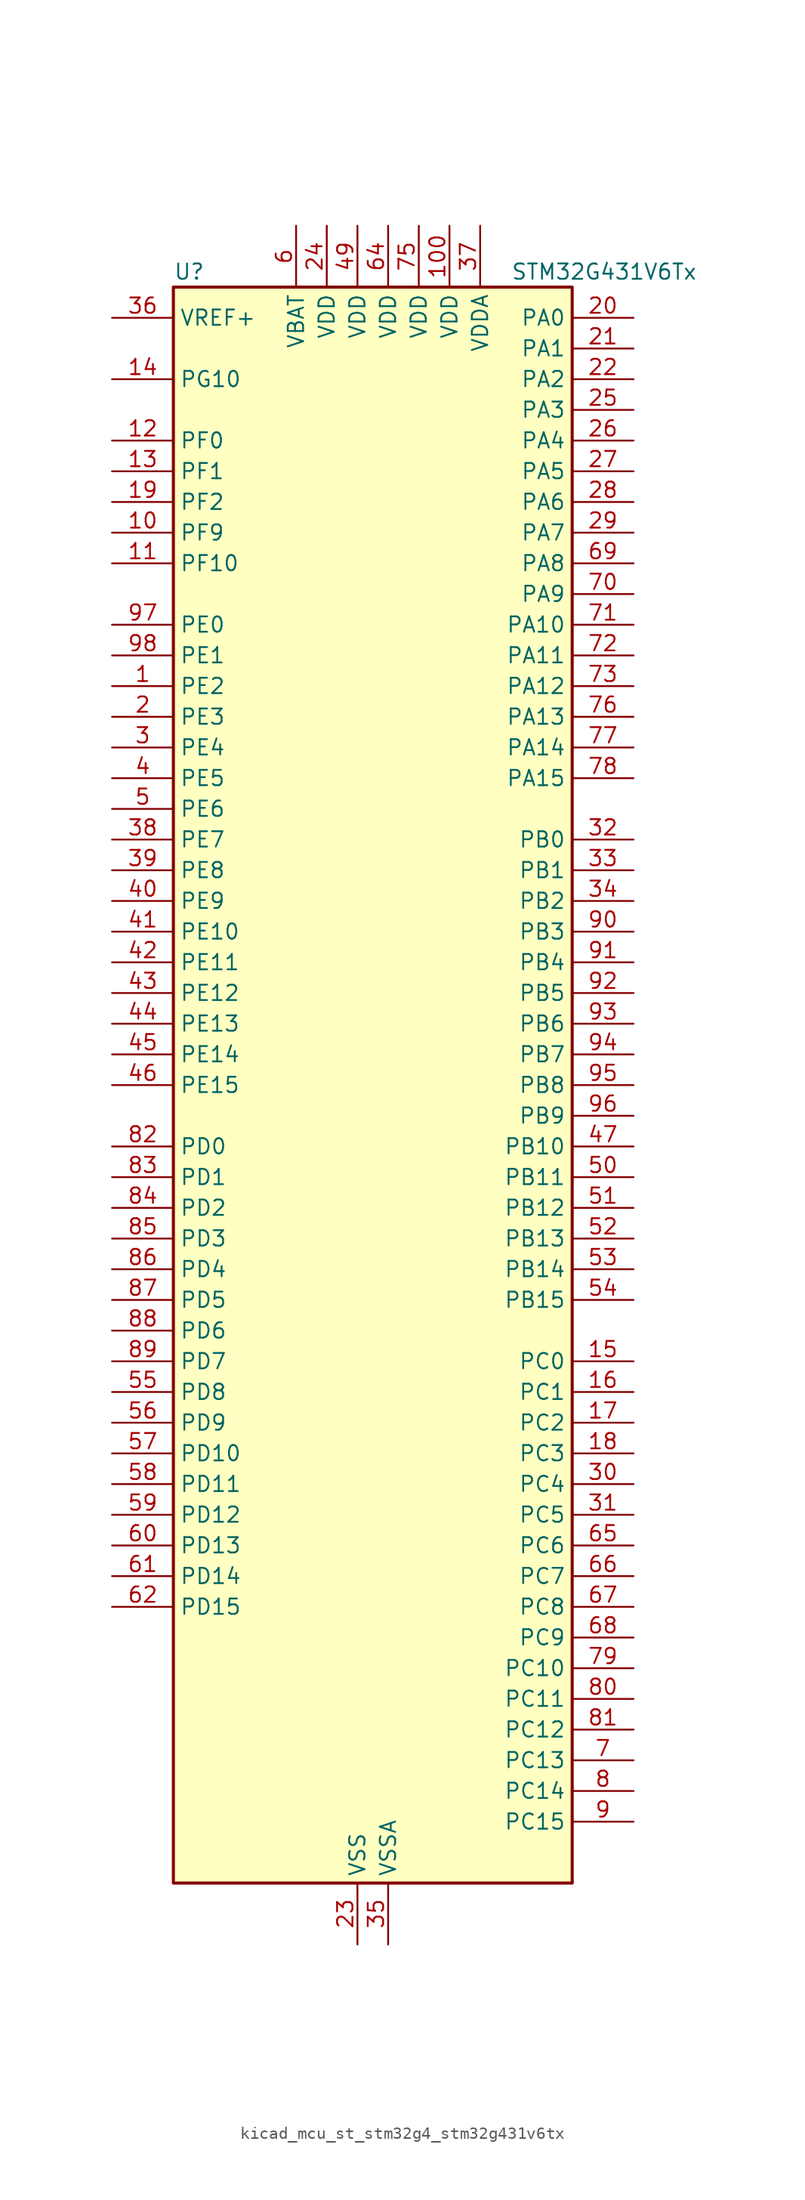
<source format=kicad_sym>
(kicad_symbol_lib
  (version 20220914)
  (generator kicad_symbol_editor)
  (symbol "kicad_mcu_st_stm32g4_stm32g431v6tx"
    (property "Reference" "U"
      (at -15.24 67.31 0)
      (effects (font (size 1.27 1.27)) (justify left)))
    (property "Value" "STM32G431V6Tx"
      (at 12.7 67.31 0)
      (effects (font (size 1.27 1.27)) (justify left)))
    (property "ki_locked" ""
      (at 0 0 0)
      (effects (font (size 1.27 1.27))))
    (symbol "kicad_mcu_st_stm32g4_stm32g431v6tx_0_1"
      (rectangle (start -15.24 -66.04) (end 17.78 66.04) (stroke (width 0.254) (type default)) (fill (type background))))
    (symbol "kicad_mcu_st_stm32g4_stm32g431v6tx_1_1"
      (pin bidirectional line (at -20.32 33.02 0) (length 5.08) (name "PE2" (effects (font (size 1.27 1.27)))) (number "1" (effects (font (size 1.27 1.27)))) (alternate "SAI1_CK1" bidirectional line) (alternate "SAI1_MCLK_A" bidirectional line) (alternate "SYS_TRACECLK" bidirectional line) (alternate "TIM3_CH1" bidirectional line))
      (pin bidirectional line (at -20.32 45.72 0) (length 5.08) (name "PF9" (effects (font (size 1.27 1.27)))) (number "10" (effects (font (size 1.27 1.27)))) (alternate "DAC1_EXTI9" bidirectional line) (alternate "DAC3_EXTI9" bidirectional line) (alternate "SAI1_FS_B" bidirectional line) (alternate "SPI2_SCK" bidirectional line) (alternate "TIM15_CH1" bidirectional line))
      (pin power_in line (at 7.62 71.12 270) (length 5.08) (name "VDD" (effects (font (size 1.27 1.27)))) (number "100" (effects (font (size 1.27 1.27)))))
      (pin bidirectional line (at -20.32 43.18 0) (length 5.08) (name "PF10" (effects (font (size 1.27 1.27)))) (number "11" (effects (font (size 1.27 1.27)))) (alternate "DAC1_EXTI10" bidirectional line) (alternate "DAC3_EXTI10" bidirectional line) (alternate "SAI1_D3" bidirectional line) (alternate "SPI2_SCK" bidirectional line) (alternate "TIM15_CH2" bidirectional line))
      (pin bidirectional line (at -20.32 53.34 0) (length 5.08) (name "PF0" (effects (font (size 1.27 1.27)))) (number "12" (effects (font (size 1.27 1.27)))) (alternate "ADC1_IN10" bidirectional line) (alternate "I2C2_SDA" bidirectional line) (alternate "I2S2_WS" bidirectional line) (alternate "RCC_OSC_IN" bidirectional line) (alternate "SPI2_NSS" bidirectional line) (alternate "TIM1_CH3N" bidirectional line))
      (pin bidirectional line (at -20.32 50.8 0) (length 5.08) (name "PF1" (effects (font (size 1.27 1.27)))) (number "13" (effects (font (size 1.27 1.27)))) (alternate "ADC2_IN10" bidirectional line) (alternate "COMP3_INM" bidirectional line) (alternate "I2S2_CK" bidirectional line) (alternate "RCC_OSC_OUT" bidirectional line) (alternate "SPI2_SCK" bidirectional line))
      (pin bidirectional line (at -20.32 58.42 0) (length 5.08) (name "PG10" (effects (font (size 1.27 1.27)))) (number "14" (effects (font (size 1.27 1.27)))) (alternate "DAC1_EXTI10" bidirectional line) (alternate "DAC3_EXTI10" bidirectional line) (alternate "RCC_MCO" bidirectional line))
      (pin bidirectional line (at 22.86 -22.86 180) (length 5.08) (name "PC0" (effects (font (size 1.27 1.27)))) (number "15" (effects (font (size 1.27 1.27)))) (alternate "ADC1_IN6" bidirectional line) (alternate "ADC2_IN6" bidirectional line) (alternate "COMP3_INM" bidirectional line) (alternate "LPTIM1_IN1" bidirectional line) (alternate "LPUART1_RX" bidirectional line) (alternate "TIM1_CH1" bidirectional line))
      (pin bidirectional line (at 22.86 -25.4 180) (length 5.08) (name "PC1" (effects (font (size 1.27 1.27)))) (number "16" (effects (font (size 1.27 1.27)))) (alternate "ADC1_IN7" bidirectional line) (alternate "ADC2_IN7" bidirectional line) (alternate "COMP3_INP" bidirectional line) (alternate "LPTIM1_OUT" bidirectional line) (alternate "LPUART1_TX" bidirectional line) (alternate "SAI1_SD_A" bidirectional line) (alternate "TIM1_CH2" bidirectional line))
      (pin bidirectional line (at 22.86 -27.94 180) (length 5.08) (name "PC2" (effects (font (size 1.27 1.27)))) (number "17" (effects (font (size 1.27 1.27)))) (alternate "ADC1_IN8" bidirectional line) (alternate "ADC2_IN8" bidirectional line) (alternate "COMP3_OUT" bidirectional line) (alternate "LPTIM1_IN2" bidirectional line) (alternate "TIM1_CH3" bidirectional line))
      (pin bidirectional line (at 22.86 -30.48 180) (length 5.08) (name "PC3" (effects (font (size 1.27 1.27)))) (number "18" (effects (font (size 1.27 1.27)))) (alternate "ADC1_IN9" bidirectional line) (alternate "ADC2_IN9" bidirectional line) (alternate "LPTIM1_ETR" bidirectional line) (alternate "SAI1_D1" bidirectional line) (alternate "SAI1_SD_A" bidirectional line) (alternate "TIM1_BKIN2" bidirectional line) (alternate "TIM1_CH4" bidirectional line))
      (pin bidirectional line (at -20.32 48.26 0) (length 5.08) (name "PF2" (effects (font (size 1.27 1.27)))) (number "19" (effects (font (size 1.27 1.27)))) (alternate "I2C2_SMBA" bidirectional line))
      (pin bidirectional line (at -20.32 30.48 0) (length 5.08) (name "PE3" (effects (font (size 1.27 1.27)))) (number "2" (effects (font (size 1.27 1.27)))) (alternate "SAI1_SD_B" bidirectional line) (alternate "SYS_TRACED0" bidirectional line) (alternate "TIM3_CH2" bidirectional line))
      (pin bidirectional line (at 22.86 63.5 180) (length 5.08) (name "PA0" (effects (font (size 1.27 1.27)))) (number "20" (effects (font (size 1.27 1.27)))) (alternate "ADC1_IN1" bidirectional line) (alternate "ADC2_IN1" bidirectional line) (alternate "COMP1_INM" bidirectional line) (alternate "COMP1_OUT" bidirectional line) (alternate "COMP3_INP" bidirectional line) (alternate "RTC_TAMP2" bidirectional line) (alternate "SYS_WKUP1" bidirectional line) (alternate "TIM2_CH1" bidirectional line) (alternate "TIM2_ETR" bidirectional line) (alternate "TIM8_BKIN" bidirectional line) (alternate "TIM8_ETR" bidirectional line) (alternate "USART2_CTS" bidirectional line) (alternate "USART2_NSS" bidirectional line))
      (pin bidirectional line (at 22.86 60.96 180) (length 5.08) (name "PA1" (effects (font (size 1.27 1.27)))) (number "21" (effects (font (size 1.27 1.27)))) (alternate "ADC1_IN2" bidirectional line) (alternate "ADC2_IN2" bidirectional line) (alternate "COMP1_INP" bidirectional line) (alternate "OPAMP1_VINP" bidirectional line) (alternate "OPAMP1_VINP_SEC" bidirectional line) (alternate "OPAMP3_VINP" bidirectional line) (alternate "OPAMP3_VINP_SEC" bidirectional line) (alternate "RTC_REFIN" bidirectional line) (alternate "TIM15_CH1N" bidirectional line) (alternate "TIM2_CH2" bidirectional line) (alternate "USART2_DE" bidirectional line) (alternate "USART2_RTS" bidirectional line))
      (pin bidirectional line (at 22.86 58.42 180) (length 5.08) (name "PA2" (effects (font (size 1.27 1.27)))) (number "22" (effects (font (size 1.27 1.27)))) (alternate "ADC1_IN3" bidirectional line) (alternate "COMP2_INM" bidirectional line) (alternate "COMP2_OUT" bidirectional line) (alternate "LPUART1_TX" bidirectional line) (alternate "OPAMP1_VOUT" bidirectional line) (alternate "RCC_LSCO" bidirectional line) (alternate "SYS_WKUP4" bidirectional line) (alternate "TIM15_CH1" bidirectional line) (alternate "TIM2_CH3" bidirectional line) (alternate "UCPD1_FRSTX1" bidirectional line) (alternate "UCPD1_FRSTX2" bidirectional line) (alternate "USART2_TX" bidirectional line))
      (pin power_in line (at 0 -71.12 90) (length 5.08) (name "VSS" (effects (font (size 1.27 1.27)))) (number "23" (effects (font (size 1.27 1.27)))))
      (pin power_in line (at -2.54 71.12 270) (length 5.08) (name "VDD" (effects (font (size 1.27 1.27)))) (number "24" (effects (font (size 1.27 1.27)))))
      (pin bidirectional line (at 22.86 55.88 180) (length 5.08) (name "PA3" (effects (font (size 1.27 1.27)))) (number "25" (effects (font (size 1.27 1.27)))) (alternate "ADC1_IN4" bidirectional line) (alternate "COMP2_INP" bidirectional line) (alternate "LPUART1_RX" bidirectional line) (alternate "OPAMP1_VINM" bidirectional line) (alternate "OPAMP1_VINM0" bidirectional line) (alternate "OPAMP1_VINM_SEC" bidirectional line) (alternate "OPAMP1_VINP" bidirectional line) (alternate "OPAMP1_VINP_SEC" bidirectional line) (alternate "SAI1_CK1" bidirectional line) (alternate "SAI1_MCLK_A" bidirectional line) (alternate "TIM15_CH2" bidirectional line) (alternate "TIM2_CH4" bidirectional line) (alternate "USART2_RX" bidirectional line))
      (pin bidirectional line (at 22.86 53.34 180) (length 5.08) (name "PA4" (effects (font (size 1.27 1.27)))) (number "26" (effects (font (size 1.27 1.27)))) (alternate "ADC2_IN17" bidirectional line) (alternate "COMP1_INM" bidirectional line) (alternate "DAC1_OUT1" bidirectional line) (alternate "I2S3_WS" bidirectional line) (alternate "SAI1_FS_B" bidirectional line) (alternate "SPI1_NSS" bidirectional line) (alternate "SPI3_NSS" bidirectional line) (alternate "TIM3_CH2" bidirectional line) (alternate "USART2_CK" bidirectional line))
      (pin bidirectional line (at 22.86 50.8 180) (length 5.08) (name "PA5" (effects (font (size 1.27 1.27)))) (number "27" (effects (font (size 1.27 1.27)))) (alternate "ADC2_IN13" bidirectional line) (alternate "COMP2_INM" bidirectional line) (alternate "DAC1_OUT2" bidirectional line) (alternate "OPAMP2_VINM" bidirectional line) (alternate "OPAMP2_VINM0" bidirectional line) (alternate "OPAMP2_VINM_SEC" bidirectional line) (alternate "SPI1_SCK" bidirectional line) (alternate "TIM2_CH1" bidirectional line) (alternate "TIM2_ETR" bidirectional line) (alternate "UCPD1_FRSTX1" bidirectional line) (alternate "UCPD1_FRSTX2" bidirectional line))
      (pin bidirectional line (at 22.86 48.26 180) (length 5.08) (name "PA6" (effects (font (size 1.27 1.27)))) (number "28" (effects (font (size 1.27 1.27)))) (alternate "ADC2_IN3" bidirectional line) (alternate "COMP1_OUT" bidirectional line) (alternate "LPUART1_CTS" bidirectional line) (alternate "OPAMP2_VOUT" bidirectional line) (alternate "SPI1_MISO" bidirectional line) (alternate "TIM16_CH1" bidirectional line) (alternate "TIM1_BKIN" bidirectional line) (alternate "TIM3_CH1" bidirectional line) (alternate "TIM8_BKIN" bidirectional line))
      (pin bidirectional line (at 22.86 45.72 180) (length 5.08) (name "PA7" (effects (font (size 1.27 1.27)))) (number "29" (effects (font (size 1.27 1.27)))) (alternate "ADC2_IN4" bidirectional line) (alternate "COMP2_INP" bidirectional line) (alternate "COMP2_OUT" bidirectional line) (alternate "OPAMP1_VINP" bidirectional line) (alternate "OPAMP1_VINP_SEC" bidirectional line) (alternate "OPAMP2_VINP" bidirectional line) (alternate "OPAMP2_VINP_SEC" bidirectional line) (alternate "SPI1_MOSI" bidirectional line) (alternate "TIM17_CH1" bidirectional line) (alternate "TIM1_CH1N" bidirectional line) (alternate "TIM3_CH2" bidirectional line) (alternate "TIM8_CH1N" bidirectional line) (alternate "UCPD1_FRSTX1" bidirectional line) (alternate "UCPD1_FRSTX2" bidirectional line))
      (pin bidirectional line (at -20.32 27.94 0) (length 5.08) (name "PE4" (effects (font (size 1.27 1.27)))) (number "3" (effects (font (size 1.27 1.27)))) (alternate "SAI1_D2" bidirectional line) (alternate "SAI1_FS_A" bidirectional line) (alternate "SYS_TRACED1" bidirectional line) (alternate "TIM3_CH3" bidirectional line))
      (pin bidirectional line (at 22.86 -33.02 180) (length 5.08) (name "PC4" (effects (font (size 1.27 1.27)))) (number "30" (effects (font (size 1.27 1.27)))) (alternate "ADC2_IN5" bidirectional line) (alternate "I2C2_SCL" bidirectional line) (alternate "TIM1_ETR" bidirectional line) (alternate "USART1_TX" bidirectional line))
      (pin bidirectional line (at 22.86 -35.56 180) (length 5.08) (name "PC5" (effects (font (size 1.27 1.27)))) (number "31" (effects (font (size 1.27 1.27)))) (alternate "ADC2_IN11" bidirectional line) (alternate "OPAMP1_VINM" bidirectional line) (alternate "OPAMP1_VINM1" bidirectional line) (alternate "OPAMP1_VINM_SEC" bidirectional line) (alternate "OPAMP2_VINM" bidirectional line) (alternate "OPAMP2_VINM1" bidirectional line) (alternate "OPAMP2_VINM_SEC" bidirectional line) (alternate "SAI1_D3" bidirectional line) (alternate "SYS_WKUP5" bidirectional line) (alternate "TIM15_BKIN" bidirectional line) (alternate "TIM1_CH4N" bidirectional line) (alternate "USART1_RX" bidirectional line))
      (pin bidirectional line (at 22.86 20.32 180) (length 5.08) (name "PB0" (effects (font (size 1.27 1.27)))) (number "32" (effects (font (size 1.27 1.27)))) (alternate "ADC1_IN15" bidirectional line) (alternate "COMP4_INP" bidirectional line) (alternate "OPAMP2_VINP" bidirectional line) (alternate "OPAMP2_VINP_SEC" bidirectional line) (alternate "OPAMP3_VINP" bidirectional line) (alternate "OPAMP3_VINP_SEC" bidirectional line) (alternate "TIM1_CH2N" bidirectional line) (alternate "TIM3_CH3" bidirectional line) (alternate "TIM8_CH2N" bidirectional line) (alternate "UCPD1_FRSTX1" bidirectional line) (alternate "UCPD1_FRSTX2" bidirectional line))
      (pin bidirectional line (at 22.86 17.78 180) (length 5.08) (name "PB1" (effects (font (size 1.27 1.27)))) (number "33" (effects (font (size 1.27 1.27)))) (alternate "ADC1_IN12" bidirectional line) (alternate "COMP1_INP" bidirectional line) (alternate "COMP4_OUT" bidirectional line) (alternate "LPUART1_DE" bidirectional line) (alternate "LPUART1_RTS" bidirectional line) (alternate "OPAMP3_VOUT" bidirectional line) (alternate "TIM1_CH3N" bidirectional line) (alternate "TIM3_CH4" bidirectional line) (alternate "TIM8_CH3N" bidirectional line))
      (pin bidirectional line (at 22.86 15.24 180) (length 5.08) (name "PB2" (effects (font (size 1.27 1.27)))) (number "34" (effects (font (size 1.27 1.27)))) (alternate "ADC2_IN12" bidirectional line) (alternate "COMP4_INM" bidirectional line) (alternate "I2C3_SMBA" bidirectional line) (alternate "LPTIM1_OUT" bidirectional line) (alternate "OPAMP3_VINM" bidirectional line) (alternate "OPAMP3_VINM0" bidirectional line) (alternate "OPAMP3_VINM_SEC" bidirectional line) (alternate "RTC_OUT2" bidirectional line))
      (pin power_in line (at 2.54 -71.12 90) (length 5.08) (name "VSSA" (effects (font (size 1.27 1.27)))) (number "35" (effects (font (size 1.27 1.27)))))
      (pin input line (at -20.32 63.5 0) (length 5.08) (name "VREF+" (effects (font (size 1.27 1.27)))) (number "36" (effects (font (size 1.27 1.27)))) (alternate "VREFBUF_OUT" bidirectional line))
      (pin power_in line (at 10.16 71.12 270) (length 5.08) (name "VDDA" (effects (font (size 1.27 1.27)))) (number "37" (effects (font (size 1.27 1.27)))))
      (pin bidirectional line (at -20.32 20.32 0) (length 5.08) (name "PE7" (effects (font (size 1.27 1.27)))) (number "38" (effects (font (size 1.27 1.27)))) (alternate "COMP4_INP" bidirectional line) (alternate "SAI1_SD_B" bidirectional line) (alternate "TIM1_ETR" bidirectional line))
      (pin bidirectional line (at -20.32 17.78 0) (length 5.08) (name "PE8" (effects (font (size 1.27 1.27)))) (number "39" (effects (font (size 1.27 1.27)))) (alternate "COMP4_INM" bidirectional line) (alternate "SAI1_SCK_B" bidirectional line) (alternate "TIM1_CH1N" bidirectional line))
      (pin bidirectional line (at -20.32 25.4 0) (length 5.08) (name "PE5" (effects (font (size 1.27 1.27)))) (number "4" (effects (font (size 1.27 1.27)))) (alternate "SAI1_CK2" bidirectional line) (alternate "SAI1_SCK_A" bidirectional line) (alternate "SYS_TRACED2" bidirectional line) (alternate "TIM3_CH4" bidirectional line))
      (pin bidirectional line (at -20.32 15.24 0) (length 5.08) (name "PE9" (effects (font (size 1.27 1.27)))) (number "40" (effects (font (size 1.27 1.27)))) (alternate "DAC1_EXTI9" bidirectional line) (alternate "DAC3_EXTI9" bidirectional line) (alternate "SAI1_FS_B" bidirectional line) (alternate "TIM1_CH1" bidirectional line))
      (pin bidirectional line (at -20.32 12.7 0) (length 5.08) (name "PE10" (effects (font (size 1.27 1.27)))) (number "41" (effects (font (size 1.27 1.27)))) (alternate "DAC1_EXTI10" bidirectional line) (alternate "DAC3_EXTI10" bidirectional line) (alternate "SAI1_MCLK_B" bidirectional line) (alternate "TIM1_CH2N" bidirectional line))
      (pin bidirectional line (at -20.32 10.16 0) (length 5.08) (name "PE11" (effects (font (size 1.27 1.27)))) (number "42" (effects (font (size 1.27 1.27)))) (alternate "ADC1_EXTI11" bidirectional line) (alternate "ADC2_EXTI11" bidirectional line) (alternate "TIM1_CH2" bidirectional line))
      (pin bidirectional line (at -20.32 7.62 0) (length 5.08) (name "PE12" (effects (font (size 1.27 1.27)))) (number "43" (effects (font (size 1.27 1.27)))) (alternate "TIM1_CH3N" bidirectional line))
      (pin bidirectional line (at -20.32 5.08 0) (length 5.08) (name "PE13" (effects (font (size 1.27 1.27)))) (number "44" (effects (font (size 1.27 1.27)))) (alternate "TIM1_CH3" bidirectional line))
      (pin bidirectional line (at -20.32 2.54 0) (length 5.08) (name "PE14" (effects (font (size 1.27 1.27)))) (number "45" (effects (font (size 1.27 1.27)))) (alternate "TIM1_BKIN2" bidirectional line) (alternate "TIM1_CH4" bidirectional line))
      (pin bidirectional line (at -20.32 0 0) (length 5.08) (name "PE15" (effects (font (size 1.27 1.27)))) (number "46" (effects (font (size 1.27 1.27)))) (alternate "ADC1_EXTI15" bidirectional line) (alternate "ADC2_EXTI15" bidirectional line) (alternate "TIM1_BKIN" bidirectional line) (alternate "TIM1_CH4N" bidirectional line) (alternate "USART3_RX" bidirectional line))
      (pin bidirectional line (at 22.86 -5.08 180) (length 5.08) (name "PB10" (effects (font (size 1.27 1.27)))) (number "47" (effects (font (size 1.27 1.27)))) (alternate "DAC1_EXTI10" bidirectional line) (alternate "DAC3_EXTI10" bidirectional line) (alternate "LPUART1_RX" bidirectional line) (alternate "OPAMP3_VINM" bidirectional line) (alternate "OPAMP3_VINM1" bidirectional line) (alternate "OPAMP3_VINM_SEC" bidirectional line) (alternate "SAI1_SCK_A" bidirectional line) (alternate "TIM1_BKIN" bidirectional line) (alternate "TIM2_CH3" bidirectional line) (alternate "USART3_TX" bidirectional line))
      (pin passive line (at 0 -71.12 90) (length 5.08) hide (name "VSS" (effects (font (size 1.27 1.27)))) (number "48" (effects (font (size 1.27 1.27)))))
      (pin power_in line (at 0 71.12 270) (length 5.08) (name "VDD" (effects (font (size 1.27 1.27)))) (number "49" (effects (font (size 1.27 1.27)))))
      (pin bidirectional line (at -20.32 22.86 0) (length 5.08) (name "PE6" (effects (font (size 1.27 1.27)))) (number "5" (effects (font (size 1.27 1.27)))) (alternate "RTC_TAMP3" bidirectional line) (alternate "SAI1_D1" bidirectional line) (alternate "SAI1_SD_A" bidirectional line) (alternate "SYS_TRACED3" bidirectional line) (alternate "SYS_WKUP3" bidirectional line))
      (pin bidirectional line (at 22.86 -7.62 180) (length 5.08) (name "PB11" (effects (font (size 1.27 1.27)))) (number "50" (effects (font (size 1.27 1.27)))) (alternate "ADC1_EXTI11" bidirectional line) (alternate "ADC1_IN14" bidirectional line) (alternate "ADC2_EXTI11" bidirectional line) (alternate "ADC2_IN14" bidirectional line) (alternate "LPUART1_TX" bidirectional line) (alternate "TIM2_CH4" bidirectional line) (alternate "USART3_RX" bidirectional line))
      (pin bidirectional line (at 22.86 -10.16 180) (length 5.08) (name "PB12" (effects (font (size 1.27 1.27)))) (number "51" (effects (font (size 1.27 1.27)))) (alternate "ADC1_IN11" bidirectional line) (alternate "I2C2_SMBA" bidirectional line) (alternate "I2S2_WS" bidirectional line) (alternate "LPUART1_DE" bidirectional line) (alternate "LPUART1_RTS" bidirectional line) (alternate "SPI2_NSS" bidirectional line) (alternate "TIM1_BKIN" bidirectional line) (alternate "USART3_CK" bidirectional line))
      (pin bidirectional line (at 22.86 -12.7 180) (length 5.08) (name "PB13" (effects (font (size 1.27 1.27)))) (number "52" (effects (font (size 1.27 1.27)))) (alternate "I2S2_CK" bidirectional line) (alternate "LPUART1_CTS" bidirectional line) (alternate "OPAMP3_VINP" bidirectional line) (alternate "OPAMP3_VINP_SEC" bidirectional line) (alternate "SPI2_SCK" bidirectional line) (alternate "TIM1_CH1N" bidirectional line) (alternate "USART3_CTS" bidirectional line) (alternate "USART3_NSS" bidirectional line))
      (pin bidirectional line (at 22.86 -15.24 180) (length 5.08) (name "PB14" (effects (font (size 1.27 1.27)))) (number "53" (effects (font (size 1.27 1.27)))) (alternate "ADC1_IN5" bidirectional line) (alternate "COMP4_OUT" bidirectional line) (alternate "OPAMP2_VINP" bidirectional line) (alternate "OPAMP2_VINP_SEC" bidirectional line) (alternate "SPI2_MISO" bidirectional line) (alternate "TIM15_CH1" bidirectional line) (alternate "TIM1_CH2N" bidirectional line) (alternate "USART3_DE" bidirectional line) (alternate "USART3_RTS" bidirectional line))
      (pin bidirectional line (at 22.86 -17.78 180) (length 5.08) (name "PB15" (effects (font (size 1.27 1.27)))) (number "54" (effects (font (size 1.27 1.27)))) (alternate "ADC1_EXTI15" bidirectional line) (alternate "ADC2_EXTI15" bidirectional line) (alternate "ADC2_IN15" bidirectional line) (alternate "COMP3_OUT" bidirectional line) (alternate "I2S2_SD" bidirectional line) (alternate "RTC_REFIN" bidirectional line) (alternate "SPI2_MOSI" bidirectional line) (alternate "TIM15_CH1N" bidirectional line) (alternate "TIM15_CH2" bidirectional line) (alternate "TIM1_CH3N" bidirectional line))
      (pin bidirectional line (at -20.32 -25.4 0) (length 5.08) (name "PD8" (effects (font (size 1.27 1.27)))) (number "55" (effects (font (size 1.27 1.27)))) (alternate "USART3_TX" bidirectional line))
      (pin bidirectional line (at -20.32 -27.94 0) (length 5.08) (name "PD9" (effects (font (size 1.27 1.27)))) (number "56" (effects (font (size 1.27 1.27)))) (alternate "DAC1_EXTI9" bidirectional line) (alternate "DAC3_EXTI9" bidirectional line) (alternate "USART3_RX" bidirectional line))
      (pin bidirectional line (at -20.32 -30.48 0) (length 5.08) (name "PD10" (effects (font (size 1.27 1.27)))) (number "57" (effects (font (size 1.27 1.27)))) (alternate "DAC1_EXTI10" bidirectional line) (alternate "DAC3_EXTI10" bidirectional line) (alternate "USART3_CK" bidirectional line))
      (pin bidirectional line (at -20.32 -33.02 0) (length 5.08) (name "PD11" (effects (font (size 1.27 1.27)))) (number "58" (effects (font (size 1.27 1.27)))) (alternate "ADC1_EXTI11" bidirectional line) (alternate "ADC2_EXTI11" bidirectional line) (alternate "USART3_CTS" bidirectional line) (alternate "USART3_NSS" bidirectional line))
      (pin bidirectional line (at -20.32 -35.56 0) (length 5.08) (name "PD12" (effects (font (size 1.27 1.27)))) (number "59" (effects (font (size 1.27 1.27)))) (alternate "TIM4_CH1" bidirectional line) (alternate "USART3_DE" bidirectional line) (alternate "USART3_RTS" bidirectional line))
      (pin power_in line (at -5.08 71.12 270) (length 5.08) (name "VBAT" (effects (font (size 1.27 1.27)))) (number "6" (effects (font (size 1.27 1.27)))))
      (pin bidirectional line (at -20.32 -38.1 0) (length 5.08) (name "PD13" (effects (font (size 1.27 1.27)))) (number "60" (effects (font (size 1.27 1.27)))) (alternate "TIM4_CH2" bidirectional line))
      (pin bidirectional line (at -20.32 -40.64 0) (length 5.08) (name "PD14" (effects (font (size 1.27 1.27)))) (number "61" (effects (font (size 1.27 1.27)))) (alternate "OPAMP2_VINP" bidirectional line) (alternate "OPAMP2_VINP_SEC" bidirectional line) (alternate "TIM4_CH3" bidirectional line))
      (pin bidirectional line (at -20.32 -43.18 0) (length 5.08) (name "PD15" (effects (font (size 1.27 1.27)))) (number "62" (effects (font (size 1.27 1.27)))) (alternate "ADC1_EXTI15" bidirectional line) (alternate "ADC2_EXTI15" bidirectional line) (alternate "SPI2_NSS" bidirectional line) (alternate "TIM4_CH4" bidirectional line))
      (pin passive line (at 0 -71.12 90) (length 5.08) hide (name "VSS" (effects (font (size 1.27 1.27)))) (number "63" (effects (font (size 1.27 1.27)))))
      (pin power_in line (at 2.54 71.12 270) (length 5.08) (name "VDD" (effects (font (size 1.27 1.27)))) (number "64" (effects (font (size 1.27 1.27)))))
      (pin bidirectional line (at 22.86 -38.1 180) (length 5.08) (name "PC6" (effects (font (size 1.27 1.27)))) (number "65" (effects (font (size 1.27 1.27)))) (alternate "I2S2_MCK" bidirectional line) (alternate "TIM3_CH1" bidirectional line) (alternate "TIM8_CH1" bidirectional line))
      (pin bidirectional line (at 22.86 -40.64 180) (length 5.08) (name "PC7" (effects (font (size 1.27 1.27)))) (number "66" (effects (font (size 1.27 1.27)))) (alternate "I2S3_MCK" bidirectional line) (alternate "TIM3_CH2" bidirectional line) (alternate "TIM8_CH2" bidirectional line))
      (pin bidirectional line (at 22.86 -43.18 180) (length 5.08) (name "PC8" (effects (font (size 1.27 1.27)))) (number "67" (effects (font (size 1.27 1.27)))) (alternate "I2C3_SCL" bidirectional line) (alternate "TIM3_CH3" bidirectional line) (alternate "TIM8_CH3" bidirectional line))
      (pin bidirectional line (at 22.86 -45.72 180) (length 5.08) (name "PC9" (effects (font (size 1.27 1.27)))) (number "68" (effects (font (size 1.27 1.27)))) (alternate "DAC1_EXTI9" bidirectional line) (alternate "DAC3_EXTI9" bidirectional line) (alternate "I2C3_SDA" bidirectional line) (alternate "I2S_CKIN" bidirectional line) (alternate "TIM3_CH4" bidirectional line) (alternate "TIM8_BKIN2" bidirectional line) (alternate "TIM8_CH4" bidirectional line))
      (pin bidirectional line (at 22.86 43.18 180) (length 5.08) (name "PA8" (effects (font (size 1.27 1.27)))) (number "69" (effects (font (size 1.27 1.27)))) (alternate "I2C2_SDA" bidirectional line) (alternate "I2C3_SCL" bidirectional line) (alternate "I2S2_MCK" bidirectional line) (alternate "RCC_MCO" bidirectional line) (alternate "SAI1_CK2" bidirectional line) (alternate "SAI1_SCK_A" bidirectional line) (alternate "TIM1_CH1" bidirectional line) (alternate "TIM4_ETR" bidirectional line) (alternate "USART1_CK" bidirectional line))
      (pin bidirectional line (at 22.86 -55.88 180) (length 5.08) (name "PC13" (effects (font (size 1.27 1.27)))) (number "7" (effects (font (size 1.27 1.27)))) (alternate "RTC_OUT1" bidirectional line) (alternate "RTC_TAMP1" bidirectional line) (alternate "RTC_TS" bidirectional line) (alternate "SYS_WKUP2" bidirectional line) (alternate "TIM1_BKIN" bidirectional line) (alternate "TIM1_CH1N" bidirectional line) (alternate "TIM8_CH4N" bidirectional line))
      (pin bidirectional line (at 22.86 40.64 180) (length 5.08) (name "PA9" (effects (font (size 1.27 1.27)))) (number "70" (effects (font (size 1.27 1.27)))) (alternate "DAC1_EXTI9" bidirectional line) (alternate "DAC3_EXTI9" bidirectional line) (alternate "I2C2_SCL" bidirectional line) (alternate "I2C3_SMBA" bidirectional line) (alternate "I2S3_MCK" bidirectional line) (alternate "SAI1_FS_A" bidirectional line) (alternate "TIM15_BKIN" bidirectional line) (alternate "TIM1_CH2" bidirectional line) (alternate "TIM2_CH3" bidirectional line) (alternate "UCPD1_DBCC1" bidirectional line) (alternate "USART1_TX" bidirectional line))
      (pin bidirectional line (at 22.86 38.1 180) (length 5.08) (name "PA10" (effects (font (size 1.27 1.27)))) (number "71" (effects (font (size 1.27 1.27)))) (alternate "CRS_SYNC" bidirectional line) (alternate "DAC1_EXTI10" bidirectional line) (alternate "DAC3_EXTI10" bidirectional line) (alternate "I2C2_SMBA" bidirectional line) (alternate "SAI1_D1" bidirectional line) (alternate "SAI1_SD_A" bidirectional line) (alternate "SPI2_MISO" bidirectional line) (alternate "TIM17_BKIN" bidirectional line) (alternate "TIM1_CH3" bidirectional line) (alternate "TIM2_CH4" bidirectional line) (alternate "TIM8_BKIN" bidirectional line) (alternate "UCPD1_DBCC2" bidirectional line) (alternate "USART1_RX" bidirectional line))
      (pin bidirectional line (at 22.86 35.56 180) (length 5.08) (name "PA11" (effects (font (size 1.27 1.27)))) (number "72" (effects (font (size 1.27 1.27)))) (alternate "ADC1_EXTI11" bidirectional line) (alternate "ADC2_EXTI11" bidirectional line) (alternate "COMP1_OUT" bidirectional line) (alternate "FDCAN1_RX" bidirectional line) (alternate "I2S2_SD" bidirectional line) (alternate "SPI2_MOSI" bidirectional line) (alternate "TIM1_BKIN2" bidirectional line) (alternate "TIM1_CH1N" bidirectional line) (alternate "TIM1_CH4" bidirectional line) (alternate "TIM4_CH1" bidirectional line) (alternate "USART1_CTS" bidirectional line) (alternate "USART1_NSS" bidirectional line) (alternate "USB_DM" bidirectional line))
      (pin bidirectional line (at 22.86 33.02 180) (length 5.08) (name "PA12" (effects (font (size 1.27 1.27)))) (number "73" (effects (font (size 1.27 1.27)))) (alternate "COMP2_OUT" bidirectional line) (alternate "FDCAN1_TX" bidirectional line) (alternate "I2S_CKIN" bidirectional line) (alternate "TIM16_CH1" bidirectional line) (alternate "TIM1_CH2N" bidirectional line) (alternate "TIM1_ETR" bidirectional line) (alternate "TIM4_CH2" bidirectional line) (alternate "USART1_DE" bidirectional line) (alternate "USART1_RTS" bidirectional line) (alternate "USB_DP" bidirectional line))
      (pin passive line (at 0 -71.12 90) (length 5.08) hide (name "VSS" (effects (font (size 1.27 1.27)))) (number "74" (effects (font (size 1.27 1.27)))))
      (pin power_in line (at 5.08 71.12 270) (length 5.08) (name "VDD" (effects (font (size 1.27 1.27)))) (number "75" (effects (font (size 1.27 1.27)))))
      (pin bidirectional line (at 22.86 30.48 180) (length 5.08) (name "PA13" (effects (font (size 1.27 1.27)))) (number "76" (effects (font (size 1.27 1.27)))) (alternate "I2C1_SCL" bidirectional line) (alternate "IR_OUT" bidirectional line) (alternate "SAI1_SD_B" bidirectional line) (alternate "SYS_JTMS-SWDIO" bidirectional line) (alternate "TIM16_CH1N" bidirectional line) (alternate "TIM4_CH3" bidirectional line) (alternate "USART3_CTS" bidirectional line) (alternate "USART3_NSS" bidirectional line))
      (pin bidirectional line (at 22.86 27.94 180) (length 5.08) (name "PA14" (effects (font (size 1.27 1.27)))) (number "77" (effects (font (size 1.27 1.27)))) (alternate "I2C1_SDA" bidirectional line) (alternate "LPTIM1_OUT" bidirectional line) (alternate "SAI1_FS_B" bidirectional line) (alternate "SYS_JTCK-SWCLK" bidirectional line) (alternate "TIM1_BKIN" bidirectional line) (alternate "TIM8_CH2" bidirectional line) (alternate "USART2_TX" bidirectional line))
      (pin bidirectional line (at 22.86 25.4 180) (length 5.08) (name "PA15" (effects (font (size 1.27 1.27)))) (number "78" (effects (font (size 1.27 1.27)))) (alternate "ADC1_EXTI15" bidirectional line) (alternate "ADC2_EXTI15" bidirectional line) (alternate "I2C1_SCL" bidirectional line) (alternate "I2S3_WS" bidirectional line) (alternate "SPI1_NSS" bidirectional line) (alternate "SPI3_NSS" bidirectional line) (alternate "SYS_JTDI" bidirectional line) (alternate "TIM1_BKIN" bidirectional line) (alternate "TIM2_CH1" bidirectional line) (alternate "TIM2_ETR" bidirectional line) (alternate "TIM8_CH1" bidirectional line) (alternate "UART4_DE" bidirectional line) (alternate "UART4_RTS" bidirectional line) (alternate "USART2_RX" bidirectional line))
      (pin bidirectional line (at 22.86 -48.26 180) (length 5.08) (name "PC10" (effects (font (size 1.27 1.27)))) (number "79" (effects (font (size 1.27 1.27)))) (alternate "DAC1_EXTI10" bidirectional line) (alternate "DAC3_EXTI10" bidirectional line) (alternate "I2S3_CK" bidirectional line) (alternate "SPI3_SCK" bidirectional line) (alternate "TIM8_CH1N" bidirectional line) (alternate "UART4_TX" bidirectional line) (alternate "USART3_TX" bidirectional line))
      (pin bidirectional line (at 22.86 -58.42 180) (length 5.08) (name "PC14" (effects (font (size 1.27 1.27)))) (number "8" (effects (font (size 1.27 1.27)))) (alternate "RCC_OSC32_IN" bidirectional line))
      (pin bidirectional line (at 22.86 -50.8 180) (length 5.08) (name "PC11" (effects (font (size 1.27 1.27)))) (number "80" (effects (font (size 1.27 1.27)))) (alternate "ADC1_EXTI11" bidirectional line) (alternate "ADC2_EXTI11" bidirectional line) (alternate "I2C3_SDA" bidirectional line) (alternate "SPI3_MISO" bidirectional line) (alternate "TIM8_CH2N" bidirectional line) (alternate "UART4_RX" bidirectional line) (alternate "USART3_RX" bidirectional line))
      (pin bidirectional line (at 22.86 -53.34 180) (length 5.08) (name "PC12" (effects (font (size 1.27 1.27)))) (number "81" (effects (font (size 1.27 1.27)))) (alternate "I2S3_SD" bidirectional line) (alternate "SPI3_MOSI" bidirectional line) (alternate "TIM8_CH3N" bidirectional line) (alternate "UCPD1_FRSTX1" bidirectional line) (alternate "UCPD1_FRSTX2" bidirectional line) (alternate "USART3_CK" bidirectional line))
      (pin bidirectional line (at -20.32 -5.08 0) (length 5.08) (name "PD0" (effects (font (size 1.27 1.27)))) (number "82" (effects (font (size 1.27 1.27)))) (alternate "FDCAN1_RX" bidirectional line) (alternate "TIM8_CH4N" bidirectional line))
      (pin bidirectional line (at -20.32 -7.62 0) (length 5.08) (name "PD1" (effects (font (size 1.27 1.27)))) (number "83" (effects (font (size 1.27 1.27)))) (alternate "FDCAN1_TX" bidirectional line) (alternate "TIM8_BKIN2" bidirectional line) (alternate "TIM8_CH4" bidirectional line))
      (pin bidirectional line (at -20.32 -10.16 0) (length 5.08) (name "PD2" (effects (font (size 1.27 1.27)))) (number "84" (effects (font (size 1.27 1.27)))) (alternate "TIM3_ETR" bidirectional line) (alternate "TIM8_BKIN" bidirectional line))
      (pin bidirectional line (at -20.32 -12.7 0) (length 5.08) (name "PD3" (effects (font (size 1.27 1.27)))) (number "85" (effects (font (size 1.27 1.27)))) (alternate "TIM2_CH1" bidirectional line) (alternate "TIM2_ETR" bidirectional line) (alternate "USART2_CTS" bidirectional line) (alternate "USART2_NSS" bidirectional line))
      (pin bidirectional line (at -20.32 -15.24 0) (length 5.08) (name "PD4" (effects (font (size 1.27 1.27)))) (number "86" (effects (font (size 1.27 1.27)))) (alternate "TIM2_CH2" bidirectional line) (alternate "USART2_DE" bidirectional line) (alternate "USART2_RTS" bidirectional line))
      (pin bidirectional line (at -20.32 -17.78 0) (length 5.08) (name "PD5" (effects (font (size 1.27 1.27)))) (number "87" (effects (font (size 1.27 1.27)))) (alternate "USART2_TX" bidirectional line))
      (pin bidirectional line (at -20.32 -20.32 0) (length 5.08) (name "PD6" (effects (font (size 1.27 1.27)))) (number "88" (effects (font (size 1.27 1.27)))) (alternate "SAI1_D1" bidirectional line) (alternate "SAI1_SD_A" bidirectional line) (alternate "TIM2_CH4" bidirectional line) (alternate "USART2_RX" bidirectional line))
      (pin bidirectional line (at -20.32 -22.86 0) (length 5.08) (name "PD7" (effects (font (size 1.27 1.27)))) (number "89" (effects (font (size 1.27 1.27)))) (alternate "TIM2_CH3" bidirectional line) (alternate "USART2_CK" bidirectional line))
      (pin bidirectional line (at 22.86 -60.96 180) (length 5.08) (name "PC15" (effects (font (size 1.27 1.27)))) (number "9" (effects (font (size 1.27 1.27)))) (alternate "ADC1_EXTI15" bidirectional line) (alternate "ADC2_EXTI15" bidirectional line) (alternate "RCC_OSC32_OUT" bidirectional line))
      (pin bidirectional line (at 22.86 12.7 180) (length 5.08) (name "PB3" (effects (font (size 1.27 1.27)))) (number "90" (effects (font (size 1.27 1.27)))) (alternate "CRS_SYNC" bidirectional line) (alternate "I2S3_CK" bidirectional line) (alternate "SAI1_SCK_B" bidirectional line) (alternate "SPI1_SCK" bidirectional line) (alternate "SPI3_SCK" bidirectional line) (alternate "SYS_JTDO-SWO" bidirectional line) (alternate "TIM2_CH2" bidirectional line) (alternate "TIM3_ETR" bidirectional line) (alternate "TIM4_ETR" bidirectional line) (alternate "TIM8_CH1N" bidirectional line) (alternate "USART2_TX" bidirectional line))
      (pin bidirectional line (at 22.86 10.16 180) (length 5.08) (name "PB4" (effects (font (size 1.27 1.27)))) (number "91" (effects (font (size 1.27 1.27)))) (alternate "SAI1_MCLK_B" bidirectional line) (alternate "SPI1_MISO" bidirectional line) (alternate "SPI3_MISO" bidirectional line) (alternate "SYS_JTRST" bidirectional line) (alternate "TIM16_CH1" bidirectional line) (alternate "TIM17_BKIN" bidirectional line) (alternate "TIM3_CH1" bidirectional line) (alternate "TIM8_CH2N" bidirectional line) (alternate "UCPD1_CC2" bidirectional line) (alternate "USART2_RX" bidirectional line))
      (pin bidirectional line (at 22.86 7.62 180) (length 5.08) (name "PB5" (effects (font (size 1.27 1.27)))) (number "92" (effects (font (size 1.27 1.27)))) (alternate "I2C1_SMBA" bidirectional line) (alternate "I2C3_SDA" bidirectional line) (alternate "I2S3_SD" bidirectional line) (alternate "LPTIM1_IN1" bidirectional line) (alternate "SAI1_SD_B" bidirectional line) (alternate "SPI1_MOSI" bidirectional line) (alternate "SPI3_MOSI" bidirectional line) (alternate "TIM16_BKIN" bidirectional line) (alternate "TIM17_CH1" bidirectional line) (alternate "TIM3_CH2" bidirectional line) (alternate "TIM8_CH3N" bidirectional line) (alternate "USART2_CK" bidirectional line))
      (pin bidirectional line (at 22.86 5.08 180) (length 5.08) (name "PB6" (effects (font (size 1.27 1.27)))) (number "93" (effects (font (size 1.27 1.27)))) (alternate "COMP4_OUT" bidirectional line) (alternate "LPTIM1_ETR" bidirectional line) (alternate "SAI1_FS_B" bidirectional line) (alternate "TIM16_CH1N" bidirectional line) (alternate "TIM4_CH1" bidirectional line) (alternate "TIM8_BKIN2" bidirectional line) (alternate "TIM8_CH1" bidirectional line) (alternate "TIM8_ETR" bidirectional line) (alternate "UCPD1_CC1" bidirectional line) (alternate "USART1_TX" bidirectional line))
      (pin bidirectional line (at 22.86 2.54 180) (length 5.08) (name "PB7" (effects (font (size 1.27 1.27)))) (number "94" (effects (font (size 1.27 1.27)))) (alternate "COMP3_OUT" bidirectional line) (alternate "I2C1_SDA" bidirectional line) (alternate "LPTIM1_IN2" bidirectional line) (alternate "SYS_PVD_IN" bidirectional line) (alternate "TIM17_CH1N" bidirectional line) (alternate "TIM3_CH4" bidirectional line) (alternate "TIM4_CH2" bidirectional line) (alternate "TIM8_BKIN" bidirectional line) (alternate "UART4_CTS" bidirectional line) (alternate "USART1_RX" bidirectional line))
      (pin bidirectional line (at 22.86 0 180) (length 5.08) (name "PB8" (effects (font (size 1.27 1.27)))) (number "95" (effects (font (size 1.27 1.27)))) (alternate "COMP1_OUT" bidirectional line) (alternate "FDCAN1_RX" bidirectional line) (alternate "I2C1_SCL" bidirectional line) (alternate "SAI1_CK1" bidirectional line) (alternate "SAI1_MCLK_A" bidirectional line) (alternate "TIM16_CH1" bidirectional line) (alternate "TIM1_BKIN" bidirectional line) (alternate "TIM4_CH3" bidirectional line) (alternate "TIM8_CH2" bidirectional line) (alternate "USART3_RX" bidirectional line))
      (pin bidirectional line (at 22.86 -2.54 180) (length 5.08) (name "PB9" (effects (font (size 1.27 1.27)))) (number "96" (effects (font (size 1.27 1.27)))) (alternate "COMP2_OUT" bidirectional line) (alternate "DAC1_EXTI9" bidirectional line) (alternate "DAC3_EXTI9" bidirectional line) (alternate "FDCAN1_TX" bidirectional line) (alternate "I2C1_SDA" bidirectional line) (alternate "IR_OUT" bidirectional line) (alternate "SAI1_D2" bidirectional line) (alternate "SAI1_FS_A" bidirectional line) (alternate "TIM17_CH1" bidirectional line) (alternate "TIM1_CH3N" bidirectional line) (alternate "TIM4_CH4" bidirectional line) (alternate "TIM8_CH3" bidirectional line) (alternate "USART3_TX" bidirectional line))
      (pin bidirectional line (at -20.32 38.1 0) (length 5.08) (name "PE0" (effects (font (size 1.27 1.27)))) (number "97" (effects (font (size 1.27 1.27)))) (alternate "TIM16_CH1" bidirectional line) (alternate "TIM4_ETR" bidirectional line) (alternate "USART1_TX" bidirectional line))
      (pin bidirectional line (at -20.32 35.56 0) (length 5.08) (name "PE1" (effects (font (size 1.27 1.27)))) (number "98" (effects (font (size 1.27 1.27)))) (alternate "TIM17_CH1" bidirectional line) (alternate "USART1_RX" bidirectional line))
      (pin passive line (at 0 -71.12 90) (length 5.08) hide (name "VSS" (effects (font (size 1.27 1.27)))) (number "99" (effects (font (size 1.27 1.27))))))))
</source>
